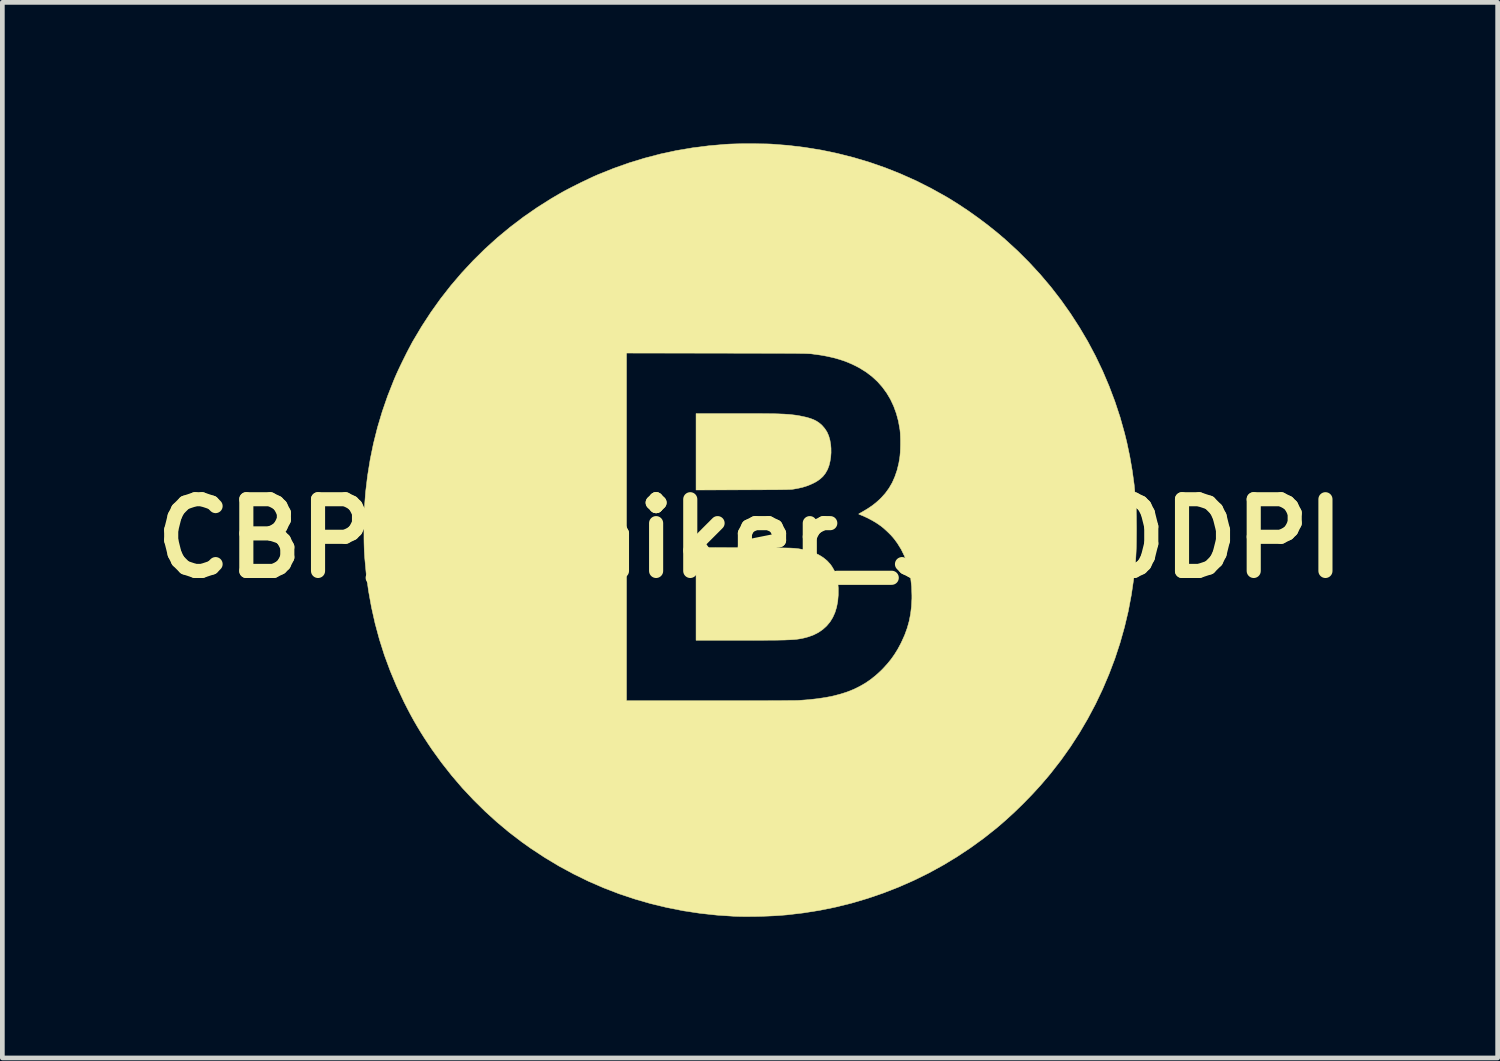
<source format=kicad_pcb>
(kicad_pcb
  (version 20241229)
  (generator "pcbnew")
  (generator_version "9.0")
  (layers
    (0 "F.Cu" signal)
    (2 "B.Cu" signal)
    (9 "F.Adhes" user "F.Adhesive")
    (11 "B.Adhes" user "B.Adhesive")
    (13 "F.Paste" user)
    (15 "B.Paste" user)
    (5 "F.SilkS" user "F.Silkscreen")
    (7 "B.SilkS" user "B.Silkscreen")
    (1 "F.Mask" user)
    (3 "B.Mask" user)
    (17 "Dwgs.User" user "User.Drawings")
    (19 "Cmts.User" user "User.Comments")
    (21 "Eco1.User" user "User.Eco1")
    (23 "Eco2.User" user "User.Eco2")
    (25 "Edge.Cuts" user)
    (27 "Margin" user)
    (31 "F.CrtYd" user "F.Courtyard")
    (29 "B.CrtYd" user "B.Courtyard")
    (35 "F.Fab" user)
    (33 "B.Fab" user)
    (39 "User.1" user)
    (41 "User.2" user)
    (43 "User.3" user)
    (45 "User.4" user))
  (footprint "CBP_Moniker_3300DPI"
    (layer "F.Cu")
    (at 12.889 8.394)
    (property "Reference" "CBP_Moniker_3300DPI" (at 0 0 0) (layer "F.SilkS") (effects (font (size 1.524 1.524) (thickness 0.3))))
    (attr through_hole)
    (fp_poly (pts (xy -0.302 -2.655) (xy -0.146 -2.655) (xy -0.005 -2.655) (xy 0.123 -2.655) (xy 0.238 -2.654) (xy 0.342 -2.653) (xy 0.436 -2.652) (xy 0.519 -2.651) (xy 0.594 -2.649) (xy 0.662 -2.646) (xy 0.723 -2.644) (xy 0.778 -2.64) (xy 0.828 -2.637) (xy 0.874 -2.632) (xy 0.918 -2.627) (xy 0.96 -2.622) (xy 1.001 -2.616) (xy 1.042 -2.609) (xy 1.084 -2.601) (xy 1.101 -2.597) (xy 1.196 -2.577) (xy 1.278 -2.553) (xy 1.348 -2.527) (xy 1.41 -2.496) (xy 1.465 -2.46) (xy 1.516 -2.418) (xy 1.532 -2.402) (xy 1.589 -2.336) (xy 1.636 -2.264) (xy 1.672 -2.182) (xy 1.698 -2.092) (xy 1.715 -1.991) (xy 1.721 -1.917) (xy 1.722 -1.823) (xy 1.715 -1.728) (xy 1.7 -1.637) (xy 1.679 -1.551) (xy 1.651 -1.476) (xy 1.643 -1.459) (xy 1.601 -1.385) (xy 1.549 -1.319) (xy 1.486 -1.262) (xy 1.411 -1.21) (xy 1.343 -1.174) (xy 1.27 -1.141) (xy 1.196 -1.113) (xy 1.118 -1.089) (xy 1.031 -1.069) (xy 0.934 -1.051) (xy 0.897 -1.046) (xy 0.882 -1.044) (xy 0.857 -1.043) (xy 0.822 -1.042) (xy 0.776 -1.04) (xy 0.72 -1.039) (xy 0.651 -1.038) (xy 0.571 -1.037) (xy 0.478 -1.037) (xy 0.372 -1.036) (xy 0.252 -1.035) (xy 0.119 -1.035) (xy -0.029 -1.034) (xy -0.156 -1.034) (xy -1.147 -1.031) (xy -1.147 -2.655) (xy -0.302 -2.655)) (stroke (width 0.01) (type solid)) (fill yes) (layer "F.SilkS"))
    (fp_poly (pts (xy -0.137 0.195) (xy 0.012 0.195) (xy 0.146 0.196) (xy 0.267 0.196) (xy 0.375 0.197) (xy 0.471 0.197) (xy 0.556 0.198) (xy 0.632 0.199) (xy 0.698 0.2) (xy 0.756 0.201) (xy 0.806 0.202) (xy 0.85 0.203) (xy 0.889 0.205) (xy 0.923 0.207) (xy 0.953 0.209) (xy 0.98 0.212) (xy 1.006 0.215) (xy 1.03 0.218) (xy 1.054 0.222) (xy 1.079 0.226) (xy 1.105 0.231) (xy 1.235 0.26) (xy 1.353 0.298) (xy 1.459 0.346) (xy 1.553 0.404) (xy 1.636 0.471) (xy 1.706 0.547) (xy 1.738 0.592) (xy 1.786 0.673) (xy 1.823 0.758) (xy 1.85 0.85) (xy 1.867 0.951) (xy 1.876 1.058) (xy 1.875 1.202) (xy 1.864 1.335) (xy 1.84 1.459) (xy 1.805 1.573) (xy 1.758 1.678) (xy 1.7 1.772) (xy 1.63 1.856) (xy 1.549 1.93) (xy 1.457 1.994) (xy 1.354 2.047) (xy 1.24 2.089) (xy 1.181 2.105) (xy 1.15 2.113) (xy 1.119 2.12) (xy 1.088 2.126) (xy 1.056 2.132) (xy 1.023 2.137) (xy 0.986 2.142) (xy 0.946 2.146) (xy 0.901 2.149) (xy 0.851 2.152) (xy 0.794 2.154) (xy 0.73 2.157) (xy 0.659 2.158) (xy 0.578 2.16) (xy 0.488 2.161) (xy 0.387 2.161) (xy 0.274 2.162) (xy 0.15 2.162) (xy 0.011 2.163) (xy -0.141 2.163) (xy -0.214 2.163) (xy -1.147 2.163) (xy -1.147 0.192) (xy -0.137 0.195)) (stroke (width 0.01) (type solid)) (fill yes) (layer "F.SilkS"))
    (fp_poly (pts (xy 0.105 -8.389) (xy 0.193 -8.388) (xy 0.275 -8.387) (xy 0.349 -8.386) (xy 0.412 -8.384) (xy 0.455 -8.382) (xy 0.813 -8.354) (xy 1.168 -8.311) (xy 1.519 -8.254) (xy 1.866 -8.181) (xy 2.209 -8.094) (xy 2.546 -7.993) (xy 2.879 -7.877) (xy 3.207 -7.746) (xy 3.53 -7.602) (xy 3.847 -7.442) (xy 4.158 -7.269) (xy 4.226 -7.229) (xy 4.431 -7.101) (xy 4.64 -6.962) (xy 4.848 -6.814) (xy 5.053 -6.66) (xy 5.25 -6.502) (xy 5.416 -6.361) (xy 5.677 -6.122) (xy 5.927 -5.873) (xy 6.166 -5.614) (xy 6.393 -5.346) (xy 6.608 -5.068) (xy 6.81 -4.782) (xy 7 -4.488) (xy 7.178 -4.187) (xy 7.342 -3.878) (xy 7.493 -3.562) (xy 7.63 -3.24) (xy 7.754 -2.912) (xy 7.864 -2.579) (xy 7.959 -2.24) (xy 8.009 -2.036) (xy 8.071 -1.741) (xy 8.122 -1.446) (xy 8.163 -1.147) (xy 8.193 -0.842) (xy 8.205 -0.674) (xy 8.207 -0.64) (xy 8.208 -0.593) (xy 8.209 -0.536) (xy 8.211 -0.469) (xy 8.211 -0.397) (xy 8.212 -0.319) (xy 8.213 -0.24) (xy 8.213 -0.181) (xy 8.212 -0.049) (xy 8.211 0.07) (xy 8.209 0.179) (xy 8.205 0.28) (xy 8.2 0.377) (xy 8.194 0.472) (xy 8.186 0.567) (xy 8.176 0.665) (xy 8.165 0.769) (xy 8.154 0.854) (xy 8.103 1.201) (xy 8.038 1.545) (xy 7.957 1.886) (xy 7.862 2.223) (xy 7.753 2.555) (xy 7.629 2.882) (xy 7.492 3.204) (xy 7.342 3.519) (xy 7.178 3.828) (xy 7.001 4.13) (xy 6.811 4.424) (xy 6.609 4.709) (xy 6.394 4.985) (xy 6.335 5.057) (xy 6.17 5.249) (xy 5.993 5.442) (xy 5.808 5.632) (xy 5.617 5.818) (xy 5.424 5.994) (xy 5.242 6.151) (xy 4.967 6.369) (xy 4.684 6.574) (xy 4.393 6.767) (xy 4.094 6.947) (xy 3.787 7.115) (xy 3.473 7.269) (xy 3.154 7.409) (xy 2.828 7.536) (xy 2.497 7.649) (xy 2.162 7.748) (xy 1.823 7.832) (xy 1.48 7.902) (xy 1.134 7.957) (xy 0.785 7.998) (xy 0.75 8.001) (xy 0.635 8.01) (xy 0.511 8.018) (xy 0.38 8.024) (xy 0.246 8.029) (xy 0.112 8.032) (xy -0.019 8.033) (xy -0.143 8.033) (xy -0.258 8.031) (xy -0.34 8.028) (xy -0.702 8.004) (xy -1.06 7.965) (xy -1.413 7.912) (xy -1.762 7.843) (xy -2.105 7.761) (xy -2.444 7.663) (xy -2.778 7.552) (xy -3.106 7.426) (xy -3.429 7.286) (xy -3.746 7.131) (xy -4.057 6.963) (xy -4.362 6.78) (xy -4.661 6.583) (xy -4.847 6.451) (xy -5.117 6.245) (xy -5.38 6.025) (xy -5.634 5.794) (xy -5.88 5.551) (xy -6.116 5.299) (xy -6.341 5.036) (xy -6.554 4.766) (xy -6.755 4.488) (xy -6.838 4.365) (xy -6.924 4.234) (xy -7.002 4.11) (xy -7.075 3.989) (xy -7.144 3.87) (xy -7.212 3.747) (xy -7.28 3.617) (xy -7.352 3.476) (xy -7.362 3.456) (xy -7.365 3.448) (xy -2.625 3.448) (xy -0.852 3.448) (xy -0.648 3.448) (xy -0.453 3.448) (xy -0.268 3.448) (xy -0.093 3.448) (xy 0.071 3.447) (xy 0.224 3.447) (xy 0.365 3.447) (xy 0.494 3.446) (xy 0.611 3.446) (xy 0.715 3.445) (xy 0.806 3.444) (xy 0.883 3.444) (xy 0.947 3.443) (xy 0.996 3.442) (xy 1.03 3.441) (xy 1.047 3.44) (xy 1.248 3.425) (xy 1.435 3.404) (xy 1.61 3.378) (xy 1.774 3.345) (xy 1.926 3.305) (xy 2.069 3.259) (xy 2.204 3.205) (xy 2.33 3.143) (xy 2.45 3.074) (xy 2.564 2.996) (xy 2.673 2.909) (xy 2.778 2.813) (xy 2.829 2.762) (xy 2.918 2.664) (xy 2.998 2.566) (xy 3.07 2.464) (xy 3.138 2.355) (xy 3.203 2.234) (xy 3.221 2.197) (xy 3.287 2.051) (xy 3.34 1.905) (xy 3.382 1.756) (xy 3.412 1.603) (xy 3.431 1.443) (xy 3.44 1.275) (xy 3.44 1.209) (xy 3.434 1.025) (xy 3.415 0.85) (xy 3.384 0.683) (xy 3.34 0.525) (xy 3.283 0.375) (xy 3.214 0.233) (xy 3.131 0.099) (xy 3.067 0.012) (xy 3.032 -0.03) (xy 2.988 -0.078) (xy 2.938 -0.128) (xy 2.886 -0.177) (xy 2.836 -0.222) (xy 2.79 -0.259) (xy 2.789 -0.26) (xy 2.703 -0.32) (xy 2.606 -0.379) (xy 2.505 -0.433) (xy 2.404 -0.48) (xy 2.373 -0.492) (xy 2.344 -0.504) (xy 2.323 -0.513) (xy 2.311 -0.519) (xy 2.309 -0.52) (xy 2.315 -0.525) (xy 2.332 -0.535) (xy 2.357 -0.549) (xy 2.38 -0.562) (xy 2.488 -0.626) (xy 2.584 -0.69) (xy 2.67 -0.756) (xy 2.749 -0.826) (xy 2.786 -0.862) (xy 2.876 -0.962) (xy 2.955 -1.071) (xy 3.023 -1.188) (xy 3.079 -1.316) (xy 3.126 -1.453) (xy 3.162 -1.601) (xy 3.18 -1.703) (xy 3.187 -1.763) (xy 3.193 -1.834) (xy 3.196 -1.914) (xy 3.198 -1.998) (xy 3.198 -2.082) (xy 3.196 -2.164) (xy 3.193 -2.239) (xy 3.187 -2.303) (xy 3.184 -2.324) (xy 3.153 -2.496) (xy 3.109 -2.658) (xy 3.053 -2.812) (xy 2.985 -2.957) (xy 2.904 -3.093) (xy 2.812 -3.219) (xy 2.708 -3.336) (xy 2.592 -3.443) (xy 2.465 -3.539) (xy 2.326 -3.625) (xy 2.255 -3.663) (xy 2.139 -3.718) (xy 2.02 -3.767) (xy 1.896 -3.808) (xy 1.766 -3.844) (xy 1.627 -3.875) (xy 1.478 -3.901) (xy 1.316 -3.923) (xy 1.303 -3.925) (xy 1.289 -3.926) (xy 1.274 -3.927) (xy 1.256 -3.928) (xy 1.235 -3.929) (xy 1.21 -3.93) (xy 1.181 -3.931) (xy 1.147 -3.932) (xy 1.108 -3.933) (xy 1.063 -3.933) (xy 1.012 -3.934) (xy 0.953 -3.935) (xy 0.887 -3.935) (xy 0.812 -3.935) (xy 0.729 -3.936) (xy 0.636 -3.936) (xy 0.533 -3.937) (xy 0.419 -3.937) (xy 0.293 -3.937) (xy 0.156 -3.938) (xy 0.007 -3.938) (xy -0.156 -3.938) (xy -0.332 -3.938) (xy -0.523 -3.939) (xy -0.71 -3.939) (xy -2.625 -3.941) (xy -2.625 3.448) (xy -7.365 3.448) (xy -7.512 3.135) (xy -7.648 2.809) (xy -7.77 2.479) (xy -7.876 2.144) (xy -7.968 1.804) (xy -8.045 1.46) (xy -8.108 1.111) (xy -8.156 0.758) (xy -8.189 0.4) (xy -8.197 0.27) (xy -8.199 0.217) (xy -8.201 0.152) (xy -8.203 0.077) (xy -8.204 -0.006) (xy -8.204 -0.094) (xy -8.205 -0.185) (xy -8.204 -0.275) (xy -8.204 -0.362) (xy -8.203 -0.444) (xy -8.201 -0.518) (xy -8.199 -0.581) (xy -8.197 -0.623) (xy -8.17 -0.981) (xy -8.128 -1.332) (xy -8.072 -1.679) (xy -8.002 -2.021) (xy -7.917 -2.359) (xy -7.817 -2.694) (xy -7.702 -3.027) (xy -7.572 -3.357) (xy -7.547 -3.417) (xy -7.516 -3.488) (xy -7.479 -3.57) (xy -7.437 -3.659) (xy -7.392 -3.752) (xy -7.345 -3.847) (xy -7.298 -3.941) (xy -7.252 -4.03) (xy -7.209 -4.111) (xy -7.171 -4.183) (xy -7.161 -4.199) (xy -6.978 -4.507) (xy -6.783 -4.806) (xy -6.576 -5.096) (xy -6.357 -5.376) (xy -6.127 -5.645) (xy -5.886 -5.904) (xy -5.634 -6.153) (xy -5.371 -6.391) (xy -5.098 -6.617) (xy -4.815 -6.832) (xy -4.522 -7.035) (xy -4.22 -7.226) (xy -4.014 -7.346) (xy -3.946 -7.384) (xy -3.866 -7.426) (xy -3.779 -7.471) (xy -3.686 -7.518) (xy -3.592 -7.565) (xy -3.497 -7.61) (xy -3.407 -7.653) (xy -3.324 -7.692) (xy -3.25 -7.724) (xy -3.233 -7.732) (xy -2.904 -7.864) (xy -2.574 -7.981) (xy -2.241 -8.083) (xy -1.906 -8.171) (xy -1.567 -8.244) (xy -1.224 -8.302) (xy -0.876 -8.346) (xy -0.522 -8.377) (xy -0.439 -8.382) (xy -0.386 -8.384) (xy -0.321 -8.386) (xy -0.246 -8.388) (xy -0.163 -8.389) (xy -0.075 -8.389) (xy 0.015 -8.389) (xy 0.105 -8.389)) (stroke (width 0.01) (type solid)) (fill yes) (layer "F.SilkS")))
  (gr_rect
    (start -3 -3)
    (end 28.777 19.433)
    (stroke (width 0.1) (type default))
    (fill no)
    (layer "Edge.Cuts")))
</source>
